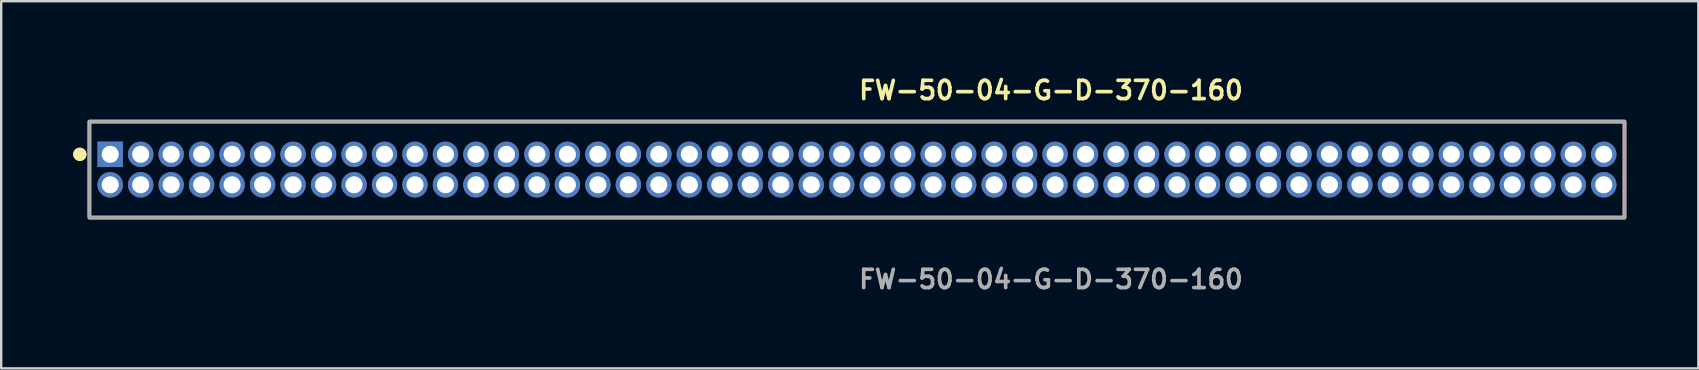
<source format=kicad_pcb>
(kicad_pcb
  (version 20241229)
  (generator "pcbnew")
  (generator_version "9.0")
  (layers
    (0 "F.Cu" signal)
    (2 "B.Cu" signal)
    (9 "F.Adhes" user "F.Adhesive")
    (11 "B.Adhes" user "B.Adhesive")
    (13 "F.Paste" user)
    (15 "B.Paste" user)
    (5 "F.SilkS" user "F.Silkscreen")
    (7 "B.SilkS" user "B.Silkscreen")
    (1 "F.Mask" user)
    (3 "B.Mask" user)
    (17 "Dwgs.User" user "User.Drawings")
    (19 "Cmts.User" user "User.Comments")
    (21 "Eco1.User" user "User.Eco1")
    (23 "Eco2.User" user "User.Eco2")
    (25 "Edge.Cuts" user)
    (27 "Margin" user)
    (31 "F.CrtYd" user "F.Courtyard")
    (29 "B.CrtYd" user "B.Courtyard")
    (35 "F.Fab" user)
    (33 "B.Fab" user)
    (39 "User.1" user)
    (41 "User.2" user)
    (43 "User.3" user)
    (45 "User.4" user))
  (footprint "FW-50-04-G-D-370-160"
    (layer "F.Cu")
    (at 32.656 4.015)
    (property "Reference" "FW-50-04-G-D-370-160" (at 0 -3.302 0) (unlocked yes) (layer "F.SilkS") (effects (font (size 0.762 0.762) (thickness 0.152)) (justify left)))
    (fp_rect (start -31.98 2) (end 31.98 -2) (stroke (width 0.152) (type solid)) (fill no) (layer "F.SilkS"))
    (fp_circle (center -32.38 -0.635) (end -32.58 -0.635) (stroke (width 0.152) (type solid)) (fill yes) (layer "F.SilkS"))
    (fp_circle (center -32.38 -0.635) (end -32.58 -0.635) (stroke (width 0.152) (type solid)) (fill yes) (layer "F.SilkS"))
    (fp_rect (start -31.98 2) (end 31.98 -2) (stroke (width 0.006) (type solid)) (fill no) (layer "F.CrtYd"))
    (fp_rect (start -31.98 2) (end 31.98 -2) (stroke (width 0.152) (type solid)) (fill no) (layer "F.Fab"))
    (fp_text user "${REFERENCE}" (at 0 4.572 0) (unlocked yes) (layer "F.Fab") (effects (font (size 0.762 0.762) (thickness 0.152)) (justify left)))
    (pad "1" thru_hole rect (at -31.115 -0.635) (size 1.06 1.06) (drill 0.71) (layers "*.Cu" "*.Mask"))
    (pad "2" thru_hole circle (at -31.115 0.635) (size 1.06 1.06) (drill 0.71) (layers "*.Cu" "*.Mask"))
    (pad "3" thru_hole circle (at -29.845 -0.635) (size 1.06 1.06) (drill 0.71) (layers "*.Cu" "*.Mask"))
    (pad "4" thru_hole circle (at -29.845 0.635) (size 1.06 1.06) (drill 0.71) (layers "*.Cu" "*.Mask"))
    (pad "5" thru_hole circle (at -28.575 -0.635) (size 1.06 1.06) (drill 0.71) (layers "*.Cu" "*.Mask"))
    (pad "6" thru_hole circle (at -28.575 0.635) (size 1.06 1.06) (drill 0.71) (layers "*.Cu" "*.Mask"))
    (pad "7" thru_hole circle (at -27.305 -0.635) (size 1.06 1.06) (drill 0.71) (layers "*.Cu" "*.Mask"))
    (pad "8" thru_hole circle (at -27.305 0.635) (size 1.06 1.06) (drill 0.71) (layers "*.Cu" "*.Mask"))
    (pad "9" thru_hole circle (at -26.035 -0.635) (size 1.06 1.06) (drill 0.71) (layers "*.Cu" "*.Mask"))
    (pad "10" thru_hole circle (at -26.035 0.635) (size 1.06 1.06) (drill 0.71) (layers "*.Cu" "*.Mask"))
    (pad "11" thru_hole circle (at -24.765 -0.635) (size 1.06 1.06) (drill 0.71) (layers "*.Cu" "*.Mask"))
    (pad "12" thru_hole circle (at -24.765 0.635) (size 1.06 1.06) (drill 0.71) (layers "*.Cu" "*.Mask"))
    (pad "13" thru_hole circle (at -23.495 -0.635) (size 1.06 1.06) (drill 0.71) (layers "*.Cu" "*.Mask"))
    (pad "14" thru_hole circle (at -23.495 0.635) (size 1.06 1.06) (drill 0.71) (layers "*.Cu" "*.Mask"))
    (pad "15" thru_hole circle (at -22.225 -0.635) (size 1.06 1.06) (drill 0.71) (layers "*.Cu" "*.Mask"))
    (pad "16" thru_hole circle (at -22.225 0.635) (size 1.06 1.06) (drill 0.71) (layers "*.Cu" "*.Mask"))
    (pad "17" thru_hole circle (at -20.955 -0.635) (size 1.06 1.06) (drill 0.71) (layers "*.Cu" "*.Mask"))
    (pad "18" thru_hole circle (at -20.955 0.635) (size 1.06 1.06) (drill 0.71) (layers "*.Cu" "*.Mask"))
    (pad "19" thru_hole circle (at -19.685 -0.635) (size 1.06 1.06) (drill 0.71) (layers "*.Cu" "*.Mask"))
    (pad "20" thru_hole circle (at -19.685 0.635) (size 1.06 1.06) (drill 0.71) (layers "*.Cu" "*.Mask"))
    (pad "21" thru_hole circle (at -18.415 -0.635) (size 1.06 1.06) (drill 0.71) (layers "*.Cu" "*.Mask"))
    (pad "22" thru_hole circle (at -18.415 0.635) (size 1.06 1.06) (drill 0.71) (layers "*.Cu" "*.Mask"))
    (pad "23" thru_hole circle (at -17.145 -0.635) (size 1.06 1.06) (drill 0.71) (layers "*.Cu" "*.Mask"))
    (pad "24" thru_hole circle (at -17.145 0.635) (size 1.06 1.06) (drill 0.71) (layers "*.Cu" "*.Mask"))
    (pad "25" thru_hole circle (at -15.875 -0.635) (size 1.06 1.06) (drill 0.71) (layers "*.Cu" "*.Mask"))
    (pad "26" thru_hole circle (at -15.875 0.635) (size 1.06 1.06) (drill 0.71) (layers "*.Cu" "*.Mask"))
    (pad "27" thru_hole circle (at -14.605 -0.635) (size 1.06 1.06) (drill 0.71) (layers "*.Cu" "*.Mask"))
    (pad "28" thru_hole circle (at -14.605 0.635) (size 1.06 1.06) (drill 0.71) (layers "*.Cu" "*.Mask"))
    (pad "29" thru_hole circle (at -13.335 -0.635) (size 1.06 1.06) (drill 0.71) (layers "*.Cu" "*.Mask"))
    (pad "30" thru_hole circle (at -13.335 0.635) (size 1.06 1.06) (drill 0.71) (layers "*.Cu" "*.Mask"))
    (pad "31" thru_hole circle (at -12.065 -0.635) (size 1.06 1.06) (drill 0.71) (layers "*.Cu" "*.Mask"))
    (pad "32" thru_hole circle (at -12.065 0.635) (size 1.06 1.06) (drill 0.71) (layers "*.Cu" "*.Mask"))
    (pad "33" thru_hole circle (at -10.795 -0.635) (size 1.06 1.06) (drill 0.71) (layers "*.Cu" "*.Mask"))
    (pad "34" thru_hole circle (at -10.795 0.635) (size 1.06 1.06) (drill 0.71) (layers "*.Cu" "*.Mask"))
    (pad "35" thru_hole circle (at -9.525 -0.635) (size 1.06 1.06) (drill 0.71) (layers "*.Cu" "*.Mask"))
    (pad "36" thru_hole circle (at -9.525 0.635) (size 1.06 1.06) (drill 0.71) (layers "*.Cu" "*.Mask"))
    (pad "37" thru_hole circle (at -8.255 -0.635) (size 1.06 1.06) (drill 0.71) (layers "*.Cu" "*.Mask"))
    (pad "38" thru_hole circle (at -8.255 0.635) (size 1.06 1.06) (drill 0.71) (layers "*.Cu" "*.Mask"))
    (pad "39" thru_hole circle (at -6.985 -0.635) (size 1.06 1.06) (drill 0.71) (layers "*.Cu" "*.Mask"))
    (pad "40" thru_hole circle (at -6.985 0.635) (size 1.06 1.06) (drill 0.71) (layers "*.Cu" "*.Mask"))
    (pad "41" thru_hole circle (at -5.715 -0.635) (size 1.06 1.06) (drill 0.71) (layers "*.Cu" "*.Mask"))
    (pad "42" thru_hole circle (at -5.715 0.635) (size 1.06 1.06) (drill 0.71) (layers "*.Cu" "*.Mask"))
    (pad "43" thru_hole circle (at -4.445 -0.635) (size 1.06 1.06) (drill 0.71) (layers "*.Cu" "*.Mask"))
    (pad "44" thru_hole circle (at -4.445 0.635) (size 1.06 1.06) (drill 0.71) (layers "*.Cu" "*.Mask"))
    (pad "45" thru_hole circle (at -3.175 -0.635) (size 1.06 1.06) (drill 0.71) (layers "*.Cu" "*.Mask"))
    (pad "46" thru_hole circle (at -3.175 0.635) (size 1.06 1.06) (drill 0.71) (layers "*.Cu" "*.Mask"))
    (pad "47" thru_hole circle (at -1.905 -0.635) (size 1.06 1.06) (drill 0.71) (layers "*.Cu" "*.Mask"))
    (pad "48" thru_hole circle (at -1.905 0.635) (size 1.06 1.06) (drill 0.71) (layers "*.Cu" "*.Mask"))
    (pad "49" thru_hole circle (at -0.635 -0.635) (size 1.06 1.06) (drill 0.71) (layers "*.Cu" "*.Mask"))
    (pad "50" thru_hole circle (at -0.635 0.635) (size 1.06 1.06) (drill 0.71) (layers "*.Cu" "*.Mask"))
    (pad "51" thru_hole circle (at 0.635 -0.635) (size 1.06 1.06) (drill 0.71) (layers "*.Cu" "*.Mask"))
    (pad "52" thru_hole circle (at 0.635 0.635) (size 1.06 1.06) (drill 0.71) (layers "*.Cu" "*.Mask"))
    (pad "53" thru_hole circle (at 1.905 -0.635) (size 1.06 1.06) (drill 0.71) (layers "*.Cu" "*.Mask"))
    (pad "54" thru_hole circle (at 1.905 0.635) (size 1.06 1.06) (drill 0.71) (layers "*.Cu" "*.Mask"))
    (pad "55" thru_hole circle (at 3.175 -0.635) (size 1.06 1.06) (drill 0.71) (layers "*.Cu" "*.Mask"))
    (pad "56" thru_hole circle (at 3.175 0.635) (size 1.06 1.06) (drill 0.71) (layers "*.Cu" "*.Mask"))
    (pad "57" thru_hole circle (at 4.445 -0.635) (size 1.06 1.06) (drill 0.71) (layers "*.Cu" "*.Mask"))
    (pad "58" thru_hole circle (at 4.445 0.635) (size 1.06 1.06) (drill 0.71) (layers "*.Cu" "*.Mask"))
    (pad "59" thru_hole circle (at 5.715 -0.635) (size 1.06 1.06) (drill 0.71) (layers "*.Cu" "*.Mask"))
    (pad "60" thru_hole circle (at 5.715 0.635) (size 1.06 1.06) (drill 0.71) (layers "*.Cu" "*.Mask"))
    (pad "61" thru_hole circle (at 6.985 -0.635) (size 1.06 1.06) (drill 0.71) (layers "*.Cu" "*.Mask"))
    (pad "62" thru_hole circle (at 6.985 0.635) (size 1.06 1.06) (drill 0.71) (layers "*.Cu" "*.Mask"))
    (pad "63" thru_hole circle (at 8.255 -0.635) (size 1.06 1.06) (drill 0.71) (layers "*.Cu" "*.Mask"))
    (pad "64" thru_hole circle (at 8.255 0.635) (size 1.06 1.06) (drill 0.71) (layers "*.Cu" "*.Mask"))
    (pad "65" thru_hole circle (at 9.525 -0.635) (size 1.06 1.06) (drill 0.71) (layers "*.Cu" "*.Mask"))
    (pad "66" thru_hole circle (at 9.525 0.635) (size 1.06 1.06) (drill 0.71) (layers "*.Cu" "*.Mask"))
    (pad "67" thru_hole circle (at 10.795 -0.635) (size 1.06 1.06) (drill 0.71) (layers "*.Cu" "*.Mask"))
    (pad "68" thru_hole circle (at 10.795 0.635) (size 1.06 1.06) (drill 0.71) (layers "*.Cu" "*.Mask"))
    (pad "69" thru_hole circle (at 12.065 -0.635) (size 1.06 1.06) (drill 0.71) (layers "*.Cu" "*.Mask"))
    (pad "70" thru_hole circle (at 12.065 0.635) (size 1.06 1.06) (drill 0.71) (layers "*.Cu" "*.Mask"))
    (pad "71" thru_hole circle (at 13.335 -0.635) (size 1.06 1.06) (drill 0.71) (layers "*.Cu" "*.Mask"))
    (pad "72" thru_hole circle (at 13.335 0.635) (size 1.06 1.06) (drill 0.71) (layers "*.Cu" "*.Mask"))
    (pad "73" thru_hole circle (at 14.605 -0.635) (size 1.06 1.06) (drill 0.71) (layers "*.Cu" "*.Mask"))
    (pad "74" thru_hole circle (at 14.605 0.635) (size 1.06 1.06) (drill 0.71) (layers "*.Cu" "*.Mask"))
    (pad "75" thru_hole circle (at 15.875 -0.635) (size 1.06 1.06) (drill 0.71) (layers "*.Cu" "*.Mask"))
    (pad "76" thru_hole circle (at 15.875 0.635) (size 1.06 1.06) (drill 0.71) (layers "*.Cu" "*.Mask"))
    (pad "77" thru_hole circle (at 17.145 -0.635) (size 1.06 1.06) (drill 0.71) (layers "*.Cu" "*.Mask"))
    (pad "78" thru_hole circle (at 17.145 0.635) (size 1.06 1.06) (drill 0.71) (layers "*.Cu" "*.Mask"))
    (pad "79" thru_hole circle (at 18.415 -0.635) (size 1.06 1.06) (drill 0.71) (layers "*.Cu" "*.Mask"))
    (pad "80" thru_hole circle (at 18.415 0.635) (size 1.06 1.06) (drill 0.71) (layers "*.Cu" "*.Mask"))
    (pad "81" thru_hole circle (at 19.685 -0.635) (size 1.06 1.06) (drill 0.71) (layers "*.Cu" "*.Mask"))
    (pad "82" thru_hole circle (at 19.685 0.635) (size 1.06 1.06) (drill 0.71) (layers "*.Cu" "*.Mask"))
    (pad "83" thru_hole circle (at 20.955 -0.635) (size 1.06 1.06) (drill 0.71) (layers "*.Cu" "*.Mask"))
    (pad "84" thru_hole circle (at 20.955 0.635) (size 1.06 1.06) (drill 0.71) (layers "*.Cu" "*.Mask"))
    (pad "85" thru_hole circle (at 22.225 -0.635) (size 1.06 1.06) (drill 0.71) (layers "*.Cu" "*.Mask"))
    (pad "86" thru_hole circle (at 22.225 0.635) (size 1.06 1.06) (drill 0.71) (layers "*.Cu" "*.Mask"))
    (pad "87" thru_hole circle (at 23.495 -0.635) (size 1.06 1.06) (drill 0.71) (layers "*.Cu" "*.Mask"))
    (pad "88" thru_hole circle (at 23.495 0.635) (size 1.06 1.06) (drill 0.71) (layers "*.Cu" "*.Mask"))
    (pad "89" thru_hole circle (at 24.765 -0.635) (size 1.06 1.06) (drill 0.71) (layers "*.Cu" "*.Mask"))
    (pad "90" thru_hole circle (at 24.765 0.635) (size 1.06 1.06) (drill 0.71) (layers "*.Cu" "*.Mask"))
    (pad "91" thru_hole circle (at 26.035 -0.635) (size 1.06 1.06) (drill 0.71) (layers "*.Cu" "*.Mask"))
    (pad "92" thru_hole circle (at 26.035 0.635) (size 1.06 1.06) (drill 0.71) (layers "*.Cu" "*.Mask"))
    (pad "93" thru_hole circle (at 27.305 -0.635) (size 1.06 1.06) (drill 0.71) (layers "*.Cu" "*.Mask"))
    (pad "94" thru_hole circle (at 27.305 0.635) (size 1.06 1.06) (drill 0.71) (layers "*.Cu" "*.Mask"))
    (pad "95" thru_hole circle (at 28.575 -0.635) (size 1.06 1.06) (drill 0.71) (layers "*.Cu" "*.Mask"))
    (pad "96" thru_hole circle (at 28.575 0.635) (size 1.06 1.06) (drill 0.71) (layers "*.Cu" "*.Mask"))
    (pad "97" thru_hole circle (at 29.845 -0.635) (size 1.06 1.06) (drill 0.71) (layers "*.Cu" "*.Mask"))
    (pad "98" thru_hole circle (at 29.845 0.635) (size 1.06 1.06) (drill 0.71) (layers "*.Cu" "*.Mask"))
    (pad "99" thru_hole circle (at 31.115 -0.635) (size 1.06 1.06) (drill 0.71) (layers "*.Cu" "*.Mask"))
    (pad "100" thru_hole circle (at 31.115 0.635) (size 1.06 1.06) (drill 0.71) (layers "*.Cu" "*.Mask")))
  (gr_rect
    (start -3 -3)
    (end 67.712 12.3)
    (stroke (width 0.1) (type default))
    (fill no)
    (layer "Edge.Cuts")))
</source>
